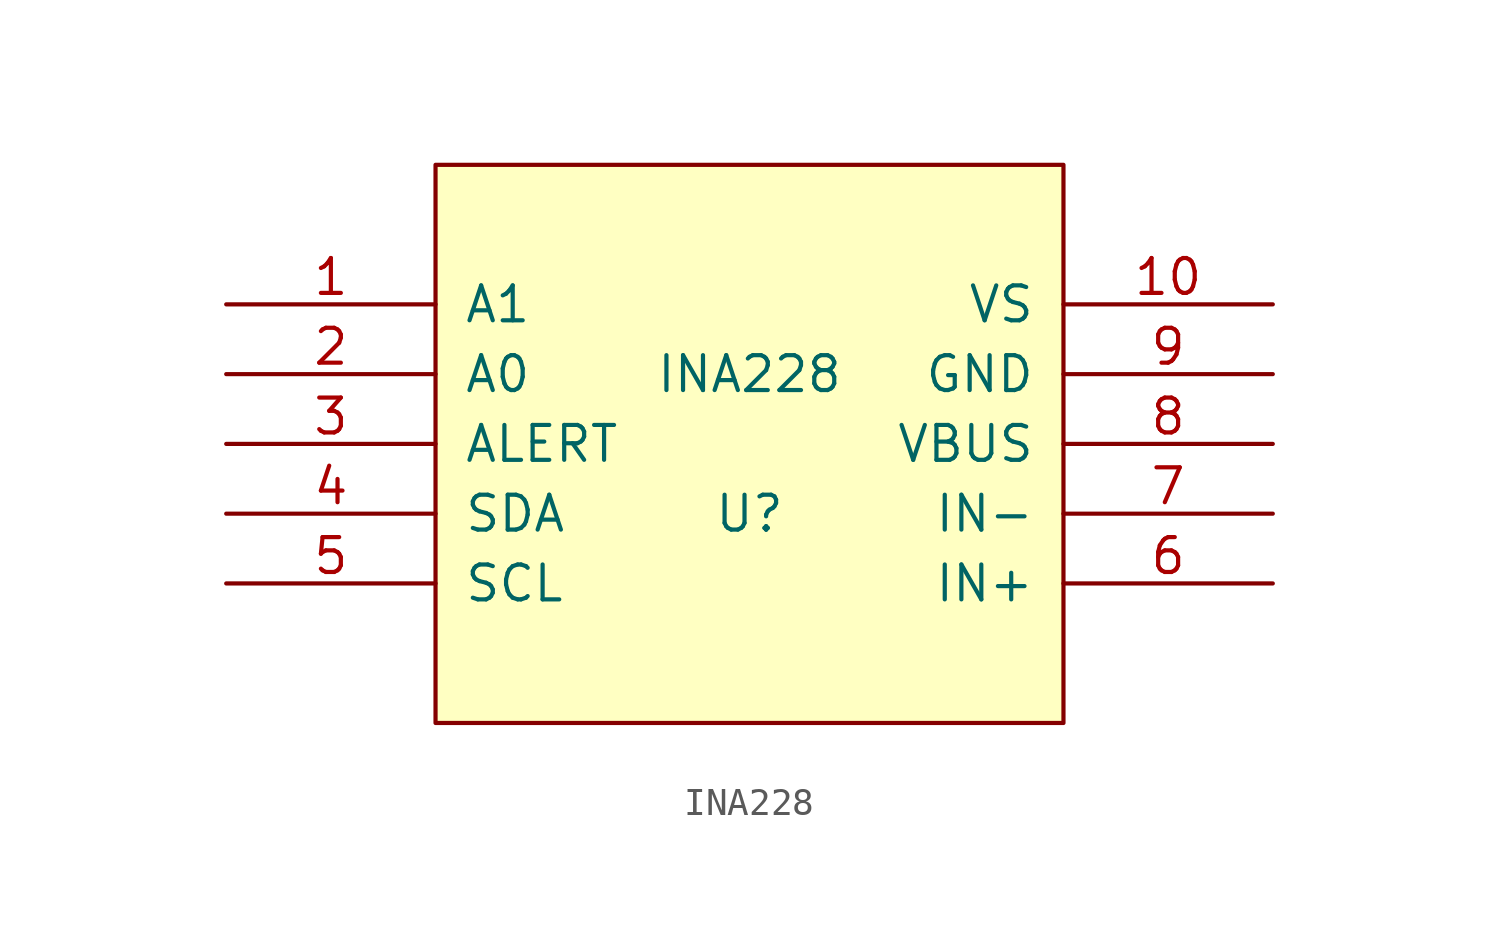
<source format=kicad_sym>
(kicad_symbol_lib
  (version 20220914)
  (generator kicad_symbol_editor)
  (symbol "INA228"
    (pin_names
      (offset 1.016))
    (property "Reference" "U"
      (at 0 -2.54 0)
      (effects (font (size 1.27 1.27))))
    (property "Value" "INA228"
      (at 0 2.54 0)
      (effects (font (size 1.27 1.27))))
    (symbol "INA228_1_0"
      (rectangle (start -11.43 10.16) (end 11.43 -10.16) (stroke (width 0) (type solid)) (fill (type background))))
    (symbol "INA228_1_1"
      (pin input line (at -19.05 5.08 0) (length 7.62) (name "A1" (effects (font (size 1.27 1.27)))) (number "1" (effects (font (size 1.27 1.27)))))
      (pin power_in line (at 19.05 5.08 180) (length 7.62) (name "VS" (effects (font (size 1.27 1.27)))) (number "10" (effects (font (size 1.27 1.27)))))
      (pin input line (at -19.05 2.54 0) (length 7.62) (name "A0" (effects (font (size 1.27 1.27)))) (number "2" (effects (font (size 1.27 1.27)))))
      (pin output line (at -19.05 0 0) (length 7.62) (name "ALERT" (effects (font (size 1.27 1.27)))) (number "3" (effects (font (size 1.27 1.27)))))
      (pin open_collector line (at -19.05 -2.54 0) (length 7.62) (name "SDA" (effects (font (size 1.27 1.27)))) (number "4" (effects (font (size 1.27 1.27)))))
      (pin input line (at -19.05 -5.08 0) (length 7.62) (name "SCL" (effects (font (size 1.27 1.27)))) (number "5" (effects (font (size 1.27 1.27)))))
      (pin input line (at 19.05 -5.08 180) (length 7.62) (name "IN+" (effects (font (size 1.27 1.27)))) (number "6" (effects (font (size 1.27 1.27)))))
      (pin input line (at 19.05 -2.54 180) (length 7.62) (name "IN-" (effects (font (size 1.27 1.27)))) (number "7" (effects (font (size 1.27 1.27)))))
      (pin input line (at 19.05 0 180) (length 7.62) (name "VBUS" (effects (font (size 1.27 1.27)))) (number "8" (effects (font (size 1.27 1.27)))))
      (pin power_in line (at 19.05 2.54 180) (length 7.62) (name "GND" (effects (font (size 1.27 1.27)))) (number "9" (effects (font (size 1.27 1.27))))))))
</source>
